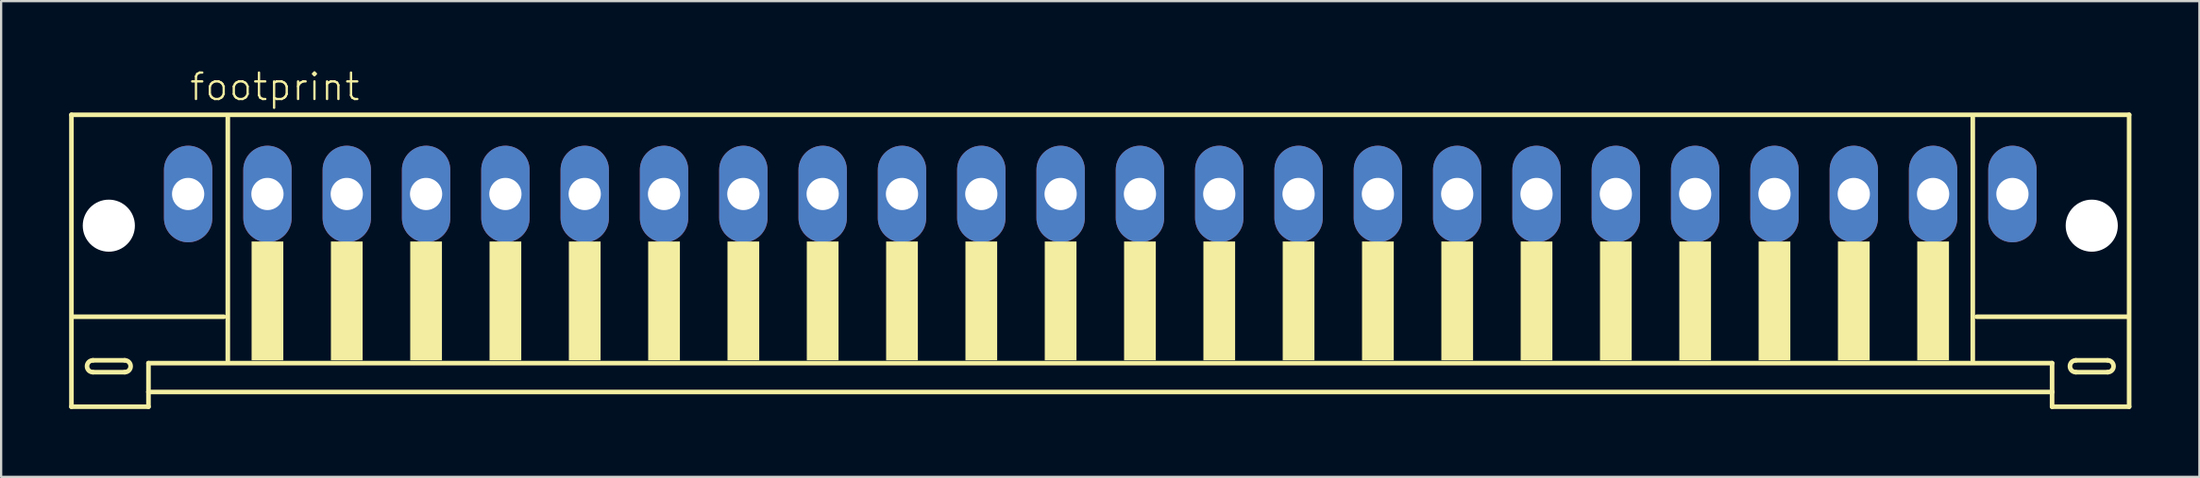
<source format=kicad_pcb>
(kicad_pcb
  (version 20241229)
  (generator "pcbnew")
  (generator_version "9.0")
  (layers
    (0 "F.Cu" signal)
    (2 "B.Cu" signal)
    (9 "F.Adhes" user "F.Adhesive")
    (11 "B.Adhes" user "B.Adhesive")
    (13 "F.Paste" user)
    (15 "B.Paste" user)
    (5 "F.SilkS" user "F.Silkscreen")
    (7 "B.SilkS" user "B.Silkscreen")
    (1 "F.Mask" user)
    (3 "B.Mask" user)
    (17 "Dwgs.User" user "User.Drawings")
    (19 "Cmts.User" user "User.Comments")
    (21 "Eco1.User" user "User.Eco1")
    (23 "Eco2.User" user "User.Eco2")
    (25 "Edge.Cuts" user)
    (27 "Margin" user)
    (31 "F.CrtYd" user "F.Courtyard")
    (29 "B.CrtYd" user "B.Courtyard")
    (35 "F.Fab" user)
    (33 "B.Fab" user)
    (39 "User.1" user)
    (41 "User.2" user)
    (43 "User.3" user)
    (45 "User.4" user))
  (footprint "footprint"
    (layer "F.Cu")
    (at 45.502 7.273)
    (property "Reference" "footprint" (at -40.25 -5.8 0) (layer "F.SilkS") (effects (font (size 1.168 1.168) (thickness 0.102)) (justify left bottom)))
    (fp_line (start -45.4 -5.25) (end -45.4 7.65) (stroke (width 0.203) (type solid)) (layer "F.SilkS"))
    (fp_line (start -45.4 7.65) (end -42 7.65) (stroke (width 0.203) (type solid)) (layer "F.SilkS"))
    (fp_line (start -44.45 5.6) (end -43.05 5.6) (stroke (width 0.203) (type solid)) (layer "F.SilkS"))
    (fp_line (start -43.05 6.125) (end -44.45 6.125) (stroke (width 0.203) (type solid)) (layer "F.SilkS"))
    (fp_line (start -42 5.725) (end 42 5.725) (stroke (width 0.203) (type solid)) (layer "F.SilkS"))
    (fp_line (start -42 7) (end -42 5.725) (stroke (width 0.203) (type solid)) (layer "F.SilkS"))
    (fp_line (start -42 7) (end 42 7) (stroke (width 0.203) (type solid)) (layer "F.SilkS"))
    (fp_line (start -42 7.65) (end -42 7) (stroke (width 0.203) (type solid)) (layer "F.SilkS"))
    (fp_line (start -38.675 3.675) (end -45.325 3.675) (stroke (width 0.203) (type solid)) (layer "F.SilkS"))
    (fp_line (start -38.5 -5.125) (end -38.5 5.6) (stroke (width 0.203) (type solid)) (layer "F.SilkS"))
    (fp_line (start 38.5 5.6) (end 38.5 -5.125) (stroke (width 0.203) (type solid)) (layer "F.SilkS"))
    (fp_line (start 42 5.725) (end 42 7) (stroke (width 0.203) (type solid)) (layer "F.SilkS"))
    (fp_line (start 42 7) (end 42 7.65) (stroke (width 0.203) (type solid)) (layer "F.SilkS"))
    (fp_line (start 42 7.65) (end 45.4 7.65) (stroke (width 0.203) (type solid)) (layer "F.SilkS"))
    (fp_line (start 43.05 5.6) (end 44.45 5.6) (stroke (width 0.203) (type solid)) (layer "F.SilkS"))
    (fp_line (start 44.45 6.125) (end 43.05 6.125) (stroke (width 0.203) (type solid)) (layer "F.SilkS"))
    (fp_line (start 45.325 3.675) (end 38.675 3.675) (stroke (width 0.203) (type solid)) (layer "F.SilkS"))
    (fp_line (start 45.4 -5.25) (end -45.4 -5.25) (stroke (width 0.203) (type solid)) (layer "F.SilkS"))
    (fp_line (start 45.4 7.65) (end 45.4 -5.25) (stroke (width 0.203) (type solid)) (layer "F.SilkS"))
    (fp_arc (start -44.45 6.125) (mid -44.7125 5.8625) (end -44.45 5.6) (stroke (width 0.2032) (type solid)) (layer "F.SilkS"))
    (fp_arc (start -43.05 5.6) (mid -42.7875 5.8625) (end -43.05 6.125) (stroke (width 0.2032) (type solid)) (layer "F.SilkS"))
    (fp_arc (start 43.05 6.125) (mid 42.7875 5.8625) (end 43.05 5.6) (stroke (width 0.2032) (type solid)) (layer "F.SilkS"))
    (fp_arc (start 44.45 5.6) (mid 44.7125 5.8625) (end 44.45 6.125) (stroke (width 0.2032) (type solid)) (layer "F.SilkS"))
    (fp_poly (pts (xy -37.45 5.6) (xy -36.05 5.6) (xy -36.05 0.35) (xy -37.45 0.35)) (stroke (width 0) (type solid)) (fill yes) (layer "F.SilkS"))
    (fp_poly (pts (xy -33.95 5.6) (xy -32.55 5.6) (xy -32.55 0.35) (xy -33.95 0.35)) (stroke (width 0) (type solid)) (fill yes) (layer "F.SilkS"))
    (fp_poly (pts (xy -30.45 5.6) (xy -29.05 5.6) (xy -29.05 0.35) (xy -30.45 0.35)) (stroke (width 0) (type solid)) (fill yes) (layer "F.SilkS"))
    (fp_poly (pts (xy -26.95 5.6) (xy -25.55 5.6) (xy -25.55 0.35) (xy -26.95 0.35)) (stroke (width 0) (type solid)) (fill yes) (layer "F.SilkS"))
    (fp_poly (pts (xy -23.45 5.6) (xy -22.05 5.6) (xy -22.05 0.35) (xy -23.45 0.35)) (stroke (width 0) (type solid)) (fill yes) (layer "F.SilkS"))
    (fp_poly (pts (xy -19.95 5.6) (xy -18.55 5.6) (xy -18.55 0.35) (xy -19.95 0.35)) (stroke (width 0) (type solid)) (fill yes) (layer "F.SilkS"))
    (fp_poly (pts (xy -16.45 5.6) (xy -15.05 5.6) (xy -15.05 0.35) (xy -16.45 0.35)) (stroke (width 0) (type solid)) (fill yes) (layer "F.SilkS"))
    (fp_poly (pts (xy -12.95 5.6) (xy -11.55 5.6) (xy -11.55 0.35) (xy -12.95 0.35)) (stroke (width 0) (type solid)) (fill yes) (layer "F.SilkS"))
    (fp_poly (pts (xy -9.45 5.6) (xy -8.05 5.6) (xy -8.05 0.35) (xy -9.45 0.35)) (stroke (width 0) (type solid)) (fill yes) (layer "F.SilkS"))
    (fp_poly (pts (xy -5.95 5.6) (xy -4.55 5.6) (xy -4.55 0.35) (xy -5.95 0.35)) (stroke (width 0) (type solid)) (fill yes) (layer "F.SilkS"))
    (fp_poly (pts (xy -2.45 5.6) (xy -1.05 5.6) (xy -1.05 0.35) (xy -2.45 0.35)) (stroke (width 0) (type solid)) (fill yes) (layer "F.SilkS"))
    (fp_poly (pts (xy 1.05 5.6) (xy 2.45 5.6) (xy 2.45 0.35) (xy 1.05 0.35)) (stroke (width 0) (type solid)) (fill yes) (layer "F.SilkS"))
    (fp_poly (pts (xy 4.55 5.6) (xy 5.95 5.6) (xy 5.95 0.35) (xy 4.55 0.35)) (stroke (width 0) (type solid)) (fill yes) (layer "F.SilkS"))
    (fp_poly (pts (xy 8.05 5.6) (xy 9.45 5.6) (xy 9.45 0.35) (xy 8.05 0.35)) (stroke (width 0) (type solid)) (fill yes) (layer "F.SilkS"))
    (fp_poly (pts (xy 11.55 5.6) (xy 12.95 5.6) (xy 12.95 0.35) (xy 11.55 0.35)) (stroke (width 0) (type solid)) (fill yes) (layer "F.SilkS"))
    (fp_poly (pts (xy 15.05 5.6) (xy 16.45 5.6) (xy 16.45 0.35) (xy 15.05 0.35)) (stroke (width 0) (type solid)) (fill yes) (layer "F.SilkS"))
    (fp_poly (pts (xy 18.55 5.6) (xy 19.95 5.6) (xy 19.95 0.35) (xy 18.55 0.35)) (stroke (width 0) (type solid)) (fill yes) (layer "F.SilkS"))
    (fp_poly (pts (xy 22.05 5.6) (xy 23.45 5.6) (xy 23.45 0.35) (xy 22.05 0.35)) (stroke (width 0) (type solid)) (fill yes) (layer "F.SilkS"))
    (fp_poly (pts (xy 25.55 5.6) (xy 26.95 5.6) (xy 26.95 0.35) (xy 25.55 0.35)) (stroke (width 0) (type solid)) (fill yes) (layer "F.SilkS"))
    (fp_poly (pts (xy 29.05 5.6) (xy 30.45 5.6) (xy 30.45 0.35) (xy 29.05 0.35)) (stroke (width 0) (type solid)) (fill yes) (layer "F.SilkS"))
    (fp_poly (pts (xy 32.55 5.6) (xy 33.95 5.6) (xy 33.95 0.35) (xy 32.55 0.35)) (stroke (width 0) (type solid)) (fill yes) (layer "F.SilkS"))
    (fp_poly (pts (xy 36.05 5.6) (xy 37.45 5.6) (xy 37.45 0.35) (xy 36.05 0.35)) (stroke (width 0) (type solid)) (fill yes) (layer "F.SilkS"))
    (pad "" np_thru_hole circle (at -43.75 -0.35) (size 2.3 2.3) (drill 2.3) (layers "*.Cu" "*.Mask"))
    (pad "" np_thru_hole circle (at 43.75 -0.35) (size 2.3 2.3) (drill 2.3) (layers "*.Cu" "*.Mask"))
    (pad "1" thru_hole oval (at -40.25 -1.75 90) (size 4.267 2.134) (drill 1.422) (layers "*.Cu" "*.Mask"))
    (pad "2" thru_hole oval (at -36.75 -1.75 90) (size 4.267 2.134) (drill 1.422) (layers "*.Cu" "*.Mask"))
    (pad "3" thru_hole oval (at -33.25 -1.75 90) (size 4.267 2.134) (drill 1.422) (layers "*.Cu" "*.Mask"))
    (pad "4" thru_hole oval (at -29.75 -1.75 90) (size 4.267 2.134) (drill 1.422) (layers "*.Cu" "*.Mask"))
    (pad "5" thru_hole oval (at -26.25 -1.75 90) (size 4.267 2.134) (drill 1.422) (layers "*.Cu" "*.Mask"))
    (pad "6" thru_hole oval (at -22.75 -1.75 90) (size 4.267 2.134) (drill 1.422) (layers "*.Cu" "*.Mask"))
    (pad "7" thru_hole oval (at -19.25 -1.75 90) (size 4.267 2.134) (drill 1.422) (layers "*.Cu" "*.Mask"))
    (pad "8" thru_hole oval (at -15.75 -1.75 90) (size 4.267 2.134) (drill 1.422) (layers "*.Cu" "*.Mask"))
    (pad "9" thru_hole oval (at -12.25 -1.75 90) (size 4.267 2.134) (drill 1.422) (layers "*.Cu" "*.Mask"))
    (pad "10" thru_hole oval (at -8.75 -1.75 90) (size 4.267 2.134) (drill 1.422) (layers "*.Cu" "*.Mask"))
    (pad "11" thru_hole oval (at -5.25 -1.75 90) (size 4.267 2.134) (drill 1.422) (layers "*.Cu" "*.Mask"))
    (pad "12" thru_hole oval (at -1.75 -1.75 90) (size 4.267 2.134) (drill 1.422) (layers "*.Cu" "*.Mask"))
    (pad "13" thru_hole oval (at 1.75 -1.75 90) (size 4.267 2.134) (drill 1.422) (layers "*.Cu" "*.Mask"))
    (pad "14" thru_hole oval (at 5.25 -1.75 90) (size 4.267 2.134) (drill 1.422) (layers "*.Cu" "*.Mask"))
    (pad "15" thru_hole oval (at 8.75 -1.75 90) (size 4.267 2.134) (drill 1.422) (layers "*.Cu" "*.Mask"))
    (pad "16" thru_hole oval (at 12.25 -1.75 90) (size 4.267 2.134) (drill 1.422) (layers "*.Cu" "*.Mask"))
    (pad "17" thru_hole oval (at 15.75 -1.75 90) (size 4.267 2.134) (drill 1.422) (layers "*.Cu" "*.Mask"))
    (pad "18" thru_hole oval (at 19.25 -1.75 90) (size 4.267 2.134) (drill 1.422) (layers "*.Cu" "*.Mask"))
    (pad "19" thru_hole oval (at 22.75 -1.75 90) (size 4.267 2.134) (drill 1.422) (layers "*.Cu" "*.Mask"))
    (pad "20" thru_hole oval (at 26.25 -1.75 90) (size 4.267 2.134) (drill 1.422) (layers "*.Cu" "*.Mask"))
    (pad "21" thru_hole oval (at 29.75 -1.75 90) (size 4.267 2.134) (drill 1.422) (layers "*.Cu" "*.Mask"))
    (pad "22" thru_hole oval (at 33.25 -1.75 90) (size 4.267 2.134) (drill 1.422) (layers "*.Cu" "*.Mask"))
    (pad "23" thru_hole oval (at 36.75 -1.75 90) (size 4.267 2.134) (drill 1.422) (layers "*.Cu" "*.Mask"))
    (pad "24" thru_hole oval (at 40.25 -1.75 90) (size 4.267 2.134) (drill 1.422) (layers "*.Cu" "*.Mask")))
  (gr_rect
    (start -3 -3)
    (end 94.003 18.025)
    (stroke (width 0.1) (type default))
    (fill no)
    (layer "Edge.Cuts")))
</source>
